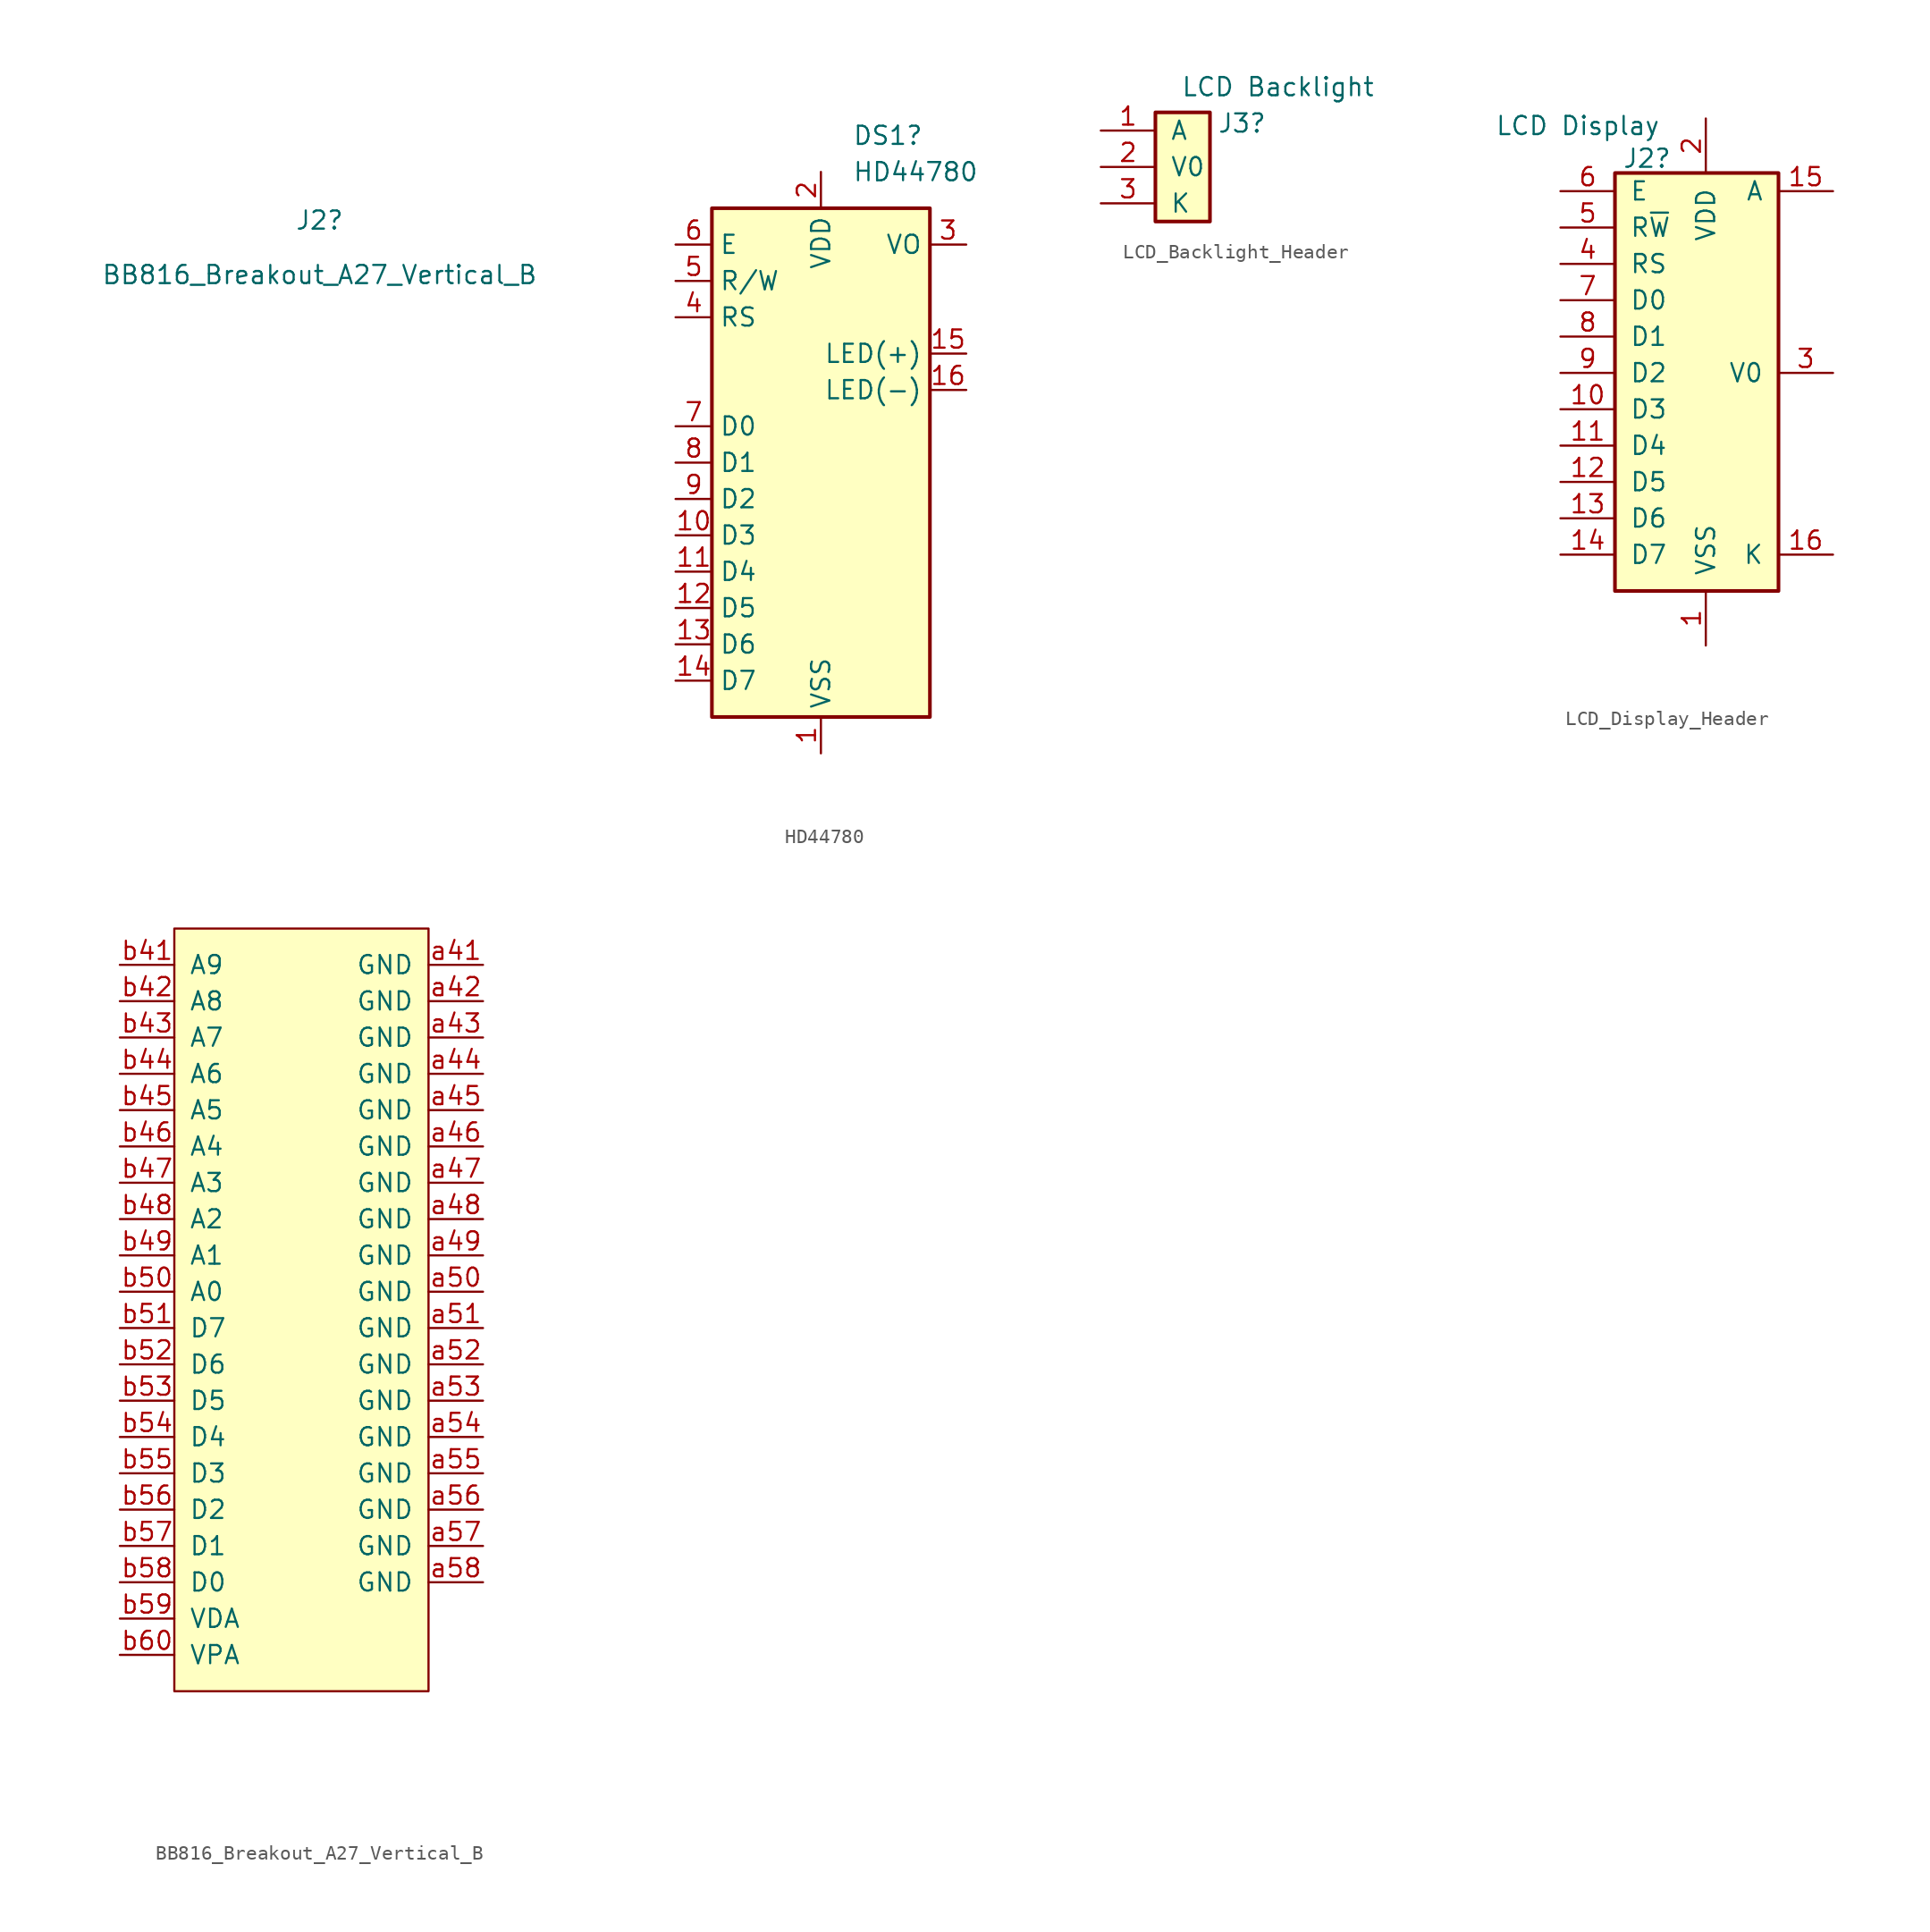
<source format=kicad_sym>
(kicad_symbol_lib
  (version 20231120)
  (generator "kicad_symbol_editor")
  (generator_version "8.0")
  (symbol "BB816_Breakout_A27_Vertical_B"
    (pin_names
      (offset 1.016))
    (property "Reference" "J2"
      (at 1.27 80.01 0)
      (effects (font (size 1.27 1.27))))
    (property "Value" "BB816_Breakout_A27_Vertical_B"
      (at 1.27 76.2 0)
      (effects (font (size 1.27 1.27))))
    (symbol "BB816_Breakout_A27_Vertical_B_1_1"
      (rectangle (start -8.89 30.48) (end 8.89 -22.86) (stroke (width 0) (type default)) (fill (type background)))
      (pin passive line (at 12.7 27.94 180) (length 3.81) (name "GND" (effects (font (size 1.27 1.27)))) (number "a41" (effects (font (size 1.27 1.27)))))
      (pin passive line (at 12.7 25.4 180) (length 3.81) (name "GND" (effects (font (size 1.27 1.27)))) (number "a42" (effects (font (size 1.27 1.27)))))
      (pin passive line (at 12.7 22.86 180) (length 3.81) (name "GND" (effects (font (size 1.27 1.27)))) (number "a43" (effects (font (size 1.27 1.27)))))
      (pin passive line (at 12.7 20.32 180) (length 3.81) (name "GND" (effects (font (size 1.27 1.27)))) (number "a44" (effects (font (size 1.27 1.27)))))
      (pin passive line (at 12.7 17.78 180) (length 3.81) (name "GND" (effects (font (size 1.27 1.27)))) (number "a45" (effects (font (size 1.27 1.27)))))
      (pin passive line (at 12.7 15.24 180) (length 3.81) (name "GND" (effects (font (size 1.27 1.27)))) (number "a46" (effects (font (size 1.27 1.27)))))
      (pin passive line (at 12.7 12.7 180) (length 3.81) (name "GND" (effects (font (size 1.27 1.27)))) (number "a47" (effects (font (size 1.27 1.27)))))
      (pin passive line (at 12.7 10.16 180) (length 3.81) (name "GND" (effects (font (size 1.27 1.27)))) (number "a48" (effects (font (size 1.27 1.27)))))
      (pin passive line (at 12.7 7.62 180) (length 3.81) (name "GND" (effects (font (size 1.27 1.27)))) (number "a49" (effects (font (size 1.27 1.27)))))
      (pin passive line (at 12.7 5.08 180) (length 3.81) (name "GND" (effects (font (size 1.27 1.27)))) (number "a50" (effects (font (size 1.27 1.27)))))
      (pin passive line (at 12.7 2.54 180) (length 3.81) (name "GND" (effects (font (size 1.27 1.27)))) (number "a51" (effects (font (size 1.27 1.27)))))
      (pin passive line (at 12.7 0 180) (length 3.81) (name "GND" (effects (font (size 1.27 1.27)))) (number "a52" (effects (font (size 1.27 1.27)))))
      (pin passive line (at 12.7 -2.54 180) (length 3.81) (name "GND" (effects (font (size 1.27 1.27)))) (number "a53" (effects (font (size 1.27 1.27)))))
      (pin passive line (at 12.7 -5.08 180) (length 3.81) (name "GND" (effects (font (size 1.27 1.27)))) (number "a54" (effects (font (size 1.27 1.27)))))
      (pin passive line (at 12.7 -7.62 180) (length 3.81) (name "GND" (effects (font (size 1.27 1.27)))) (number "a55" (effects (font (size 1.27 1.27)))))
      (pin passive line (at 12.7 -10.16 180) (length 3.81) (name "GND" (effects (font (size 1.27 1.27)))) (number "a56" (effects (font (size 1.27 1.27)))))
      (pin passive line (at 12.7 -12.7 180) (length 3.81) (name "GND" (effects (font (size 1.27 1.27)))) (number "a57" (effects (font (size 1.27 1.27)))))
      (pin passive line (at 12.7 -15.24 180) (length 3.81) (name "GND" (effects (font (size 1.27 1.27)))) (number "a58" (effects (font (size 1.27 1.27)))))
      (pin passive line (at -12.7 27.94 0) (length 3.81) (name "A9" (effects (font (size 1.27 1.27)))) (number "b41" (effects (font (size 1.27 1.27)))))
      (pin passive line (at -12.7 25.4 0) (length 3.81) (name "A8" (effects (font (size 1.27 1.27)))) (number "b42" (effects (font (size 1.27 1.27)))))
      (pin passive line (at -12.7 22.86 0) (length 3.81) (name "A7" (effects (font (size 1.27 1.27)))) (number "b43" (effects (font (size 1.27 1.27)))))
      (pin passive line (at -12.7 20.32 0) (length 3.81) (name "A6" (effects (font (size 1.27 1.27)))) (number "b44" (effects (font (size 1.27 1.27)))))
      (pin passive line (at -12.7 17.78 0) (length 3.81) (name "A5" (effects (font (size 1.27 1.27)))) (number "b45" (effects (font (size 1.27 1.27)))))
      (pin passive line (at -12.7 15.24 0) (length 3.81) (name "A4" (effects (font (size 1.27 1.27)))) (number "b46" (effects (font (size 1.27 1.27)))))
      (pin passive line (at -12.7 12.7 0) (length 3.81) (name "A3" (effects (font (size 1.27 1.27)))) (number "b47" (effects (font (size 1.27 1.27)))))
      (pin passive line (at -12.7 10.16 0) (length 3.81) (name "A2" (effects (font (size 1.27 1.27)))) (number "b48" (effects (font (size 1.27 1.27)))))
      (pin passive line (at -12.7 7.62 0) (length 3.81) (name "A1" (effects (font (size 1.27 1.27)))) (number "b49" (effects (font (size 1.27 1.27)))))
      (pin passive line (at -12.7 5.08 0) (length 3.81) (name "A0" (effects (font (size 1.27 1.27)))) (number "b50" (effects (font (size 1.27 1.27)))))
      (pin passive line (at -12.7 2.54 0) (length 3.81) (name "D7" (effects (font (size 1.27 1.27)))) (number "b51" (effects (font (size 1.27 1.27)))))
      (pin passive line (at -12.7 0 0) (length 3.81) (name "D6" (effects (font (size 1.27 1.27)))) (number "b52" (effects (font (size 1.27 1.27)))))
      (pin passive line (at -12.7 -2.54 0) (length 3.81) (name "D5" (effects (font (size 1.27 1.27)))) (number "b53" (effects (font (size 1.27 1.27)))))
      (pin passive line (at -12.7 -5.08 0) (length 3.81) (name "D4" (effects (font (size 1.27 1.27)))) (number "b54" (effects (font (size 1.27 1.27)))))
      (pin passive line (at -12.7 -7.62 0) (length 3.81) (name "D3" (effects (font (size 1.27 1.27)))) (number "b55" (effects (font (size 1.27 1.27)))))
      (pin passive line (at -12.7 -10.16 0) (length 3.81) (name "D2" (effects (font (size 1.27 1.27)))) (number "b56" (effects (font (size 1.27 1.27)))))
      (pin passive line (at -12.7 -12.7 0) (length 3.81) (name "D1" (effects (font (size 1.27 1.27)))) (number "b57" (effects (font (size 1.27 1.27)))))
      (pin passive line (at -12.7 -15.24 0) (length 3.81) (name "D0" (effects (font (size 1.27 1.27)))) (number "b58" (effects (font (size 1.27 1.27)))))
      (pin passive line (at -12.7 -17.78 0) (length 3.81) (name "VDA" (effects (font (size 1.27 1.27)))) (number "b59" (effects (font (size 1.27 1.27)))))
      (pin passive line (at -12.7 -20.32 0) (length 3.81) (name "VPA" (effects (font (size 1.27 1.27)))) (number "b60" (effects (font (size 1.27 1.27)))))))
  (symbol "HD44780"
    (property "Reference" "DS1"
      (at 2.194 22.86 0)
      (effects (font (size 1.27 1.27)) (justify left)))
    (property "Value" "HD44780"
      (at 2.194 20.32 0)
      (effects (font (size 1.27 1.27)) (justify left)))
    (symbol "HD44780_1_1"
      (rectangle (start -7.62 17.78) (end 7.62 -17.78) (stroke (width 0.254) (type default)) (fill (type background)))
      (pin power_in line (at 0 -20.32 90) (length 2.54) (name "VSS" (effects (font (size 1.27 1.27)))) (number "1" (effects (font (size 1.27 1.27)))))
      (pin input line (at -10.16 -5.08 0) (length 2.54) (name "D3" (effects (font (size 1.27 1.27)))) (number "10" (effects (font (size 1.27 1.27)))))
      (pin input line (at -10.16 -7.62 0) (length 2.54) (name "D4" (effects (font (size 1.27 1.27)))) (number "11" (effects (font (size 1.27 1.27)))))
      (pin input line (at -10.16 -10.16 0) (length 2.54) (name "D5" (effects (font (size 1.27 1.27)))) (number "12" (effects (font (size 1.27 1.27)))))
      (pin input line (at -10.16 -12.7 0) (length 2.54) (name "D6" (effects (font (size 1.27 1.27)))) (number "13" (effects (font (size 1.27 1.27)))))
      (pin input line (at -10.16 -15.24 0) (length 2.54) (name "D7" (effects (font (size 1.27 1.27)))) (number "14" (effects (font (size 1.27 1.27)))))
      (pin power_in line (at 10.16 7.62 180) (length 2.54) (name "LED(+)" (effects (font (size 1.27 1.27)))) (number "15" (effects (font (size 1.27 1.27)))))
      (pin power_in line (at 10.16 5.08 180) (length 2.54) (name "LED(-)" (effects (font (size 1.27 1.27)))) (number "16" (effects (font (size 1.27 1.27)))))
      (pin power_in line (at 0 20.32 270) (length 2.54) (name "VDD" (effects (font (size 1.27 1.27)))) (number "2" (effects (font (size 1.27 1.27)))))
      (pin input line (at 10.16 15.24 180) (length 2.54) (name "VO" (effects (font (size 1.27 1.27)))) (number "3" (effects (font (size 1.27 1.27)))))
      (pin input line (at -10.16 10.16 0) (length 2.54) (name "RS" (effects (font (size 1.27 1.27)))) (number "4" (effects (font (size 1.27 1.27)))))
      (pin input line (at -10.16 12.7 0) (length 2.54) (name "R/W" (effects (font (size 1.27 1.27)))) (number "5" (effects (font (size 1.27 1.27)))))
      (pin input line (at -10.16 15.24 0) (length 2.54) (name "E" (effects (font (size 1.27 1.27)))) (number "6" (effects (font (size 1.27 1.27)))))
      (pin input line (at -10.16 2.54 0) (length 2.54) (name "D0" (effects (font (size 1.27 1.27)))) (number "7" (effects (font (size 1.27 1.27)))))
      (pin input line (at -10.16 0 0) (length 2.54) (name "D1" (effects (font (size 1.27 1.27)))) (number "8" (effects (font (size 1.27 1.27)))))
      (pin input line (at -10.16 -2.54 0) (length 2.54) (name "D2" (effects (font (size 1.27 1.27)))) (number "9" (effects (font (size 1.27 1.27)))))))
  (symbol "LCD_Backlight_Header"
    (pin_names
      (offset 1.016))
    (property "Reference" "J3"
      (at 3.048 3.048 0)
      (effects (font (size 1.27 1.27)) (justify left)))
    (property "Value" "LCD Backlight"
      (at 0.508 5.588 0)
      (effects (font (size 1.27 1.27)) (justify left)))
    (symbol "LCD_Backlight_Header_1_1"
      (rectangle (start -1.27 3.81) (end 2.54 -3.81) (stroke (width 0.254) (type default)) (fill (type background)))
      (pin passive line (at -5.08 2.54 0) (length 3.81) (name "A" (effects (font (size 1.27 1.27)))) (number "1" (effects (font (size 1.27 1.27)))))
      (pin passive line (at -5.08 0 0) (length 3.81) (name "V0" (effects (font (size 1.27 1.27)))) (number "2" (effects (font (size 1.27 1.27)))))
      (pin passive line (at -5.08 -2.54 0) (length 3.81) (name "K" (effects (font (size 1.27 1.27)))) (number "3" (effects (font (size 1.27 1.27)))))))
  (symbol "LCD_Display_Header"
    (pin_names
      (offset 1.016))
    (property "Reference" "J2"
      (at -5.842 14.986 0)
      (effects (font (size 1.27 1.27)) (justify left)))
    (property "Value" "LCD Display"
      (at -14.732 17.272 0)
      (effects (font (size 1.27 1.27)) (justify left)))
    (symbol "LCD_Display_Header_1_1"
      (rectangle (start -6.35 13.97) (end 5.08 -15.24) (stroke (width 0.254) (type default)) (fill (type background)))
      (pin power_in line (at 0 -19.05 90) (length 3.81) (name "VSS" (effects (font (size 1.27 1.27)))) (number "1" (effects (font (size 1.27 1.27)))))
      (pin input line (at -10.16 -2.54 0) (length 3.81) (name "D3" (effects (font (size 1.27 1.27)))) (number "10" (effects (font (size 1.27 1.27)))))
      (pin input line (at -10.16 -5.08 0) (length 3.81) (name "D4" (effects (font (size 1.27 1.27)))) (number "11" (effects (font (size 1.27 1.27)))))
      (pin input line (at -10.16 -7.62 0) (length 3.81) (name "D5" (effects (font (size 1.27 1.27)))) (number "12" (effects (font (size 1.27 1.27)))))
      (pin input line (at -10.16 -10.16 0) (length 3.81) (name "D6" (effects (font (size 1.27 1.27)))) (number "13" (effects (font (size 1.27 1.27)))))
      (pin input line (at -10.16 -12.7 0) (length 3.81) (name "D7" (effects (font (size 1.27 1.27)))) (number "14" (effects (font (size 1.27 1.27)))))
      (pin power_in line (at 8.89 12.7 180) (length 3.81) (name "A" (effects (font (size 1.27 1.27)))) (number "15" (effects (font (size 1.27 1.27)))))
      (pin power_in line (at 8.89 -12.7 180) (length 3.81) (name "K" (effects (font (size 1.27 1.27)))) (number "16" (effects (font (size 1.27 1.27)))))
      (pin power_in line (at 0 17.78 270) (length 3.81) (name "VDD" (effects (font (size 1.27 1.27)))) (number "2" (effects (font (size 1.27 1.27)))))
      (pin power_in line (at 8.89 0 180) (length 3.81) (name "V0" (effects (font (size 1.27 1.27)))) (number "3" (effects (font (size 1.27 1.27)))))
      (pin input line (at -10.16 7.62 0) (length 3.81) (name "RS" (effects (font (size 1.27 1.27)))) (number "4" (effects (font (size 1.27 1.27)))))
      (pin input line (at -10.16 10.16 0) (length 3.81) (name "R~{W}" (effects (font (size 1.27 1.27)))) (number "5" (effects (font (size 1.27 1.27)))))
      (pin input line (at -10.16 12.7 0) (length 3.81) (name "E" (effects (font (size 1.27 1.27)))) (number "6" (effects (font (size 1.27 1.27)))))
      (pin input line (at -10.16 5.08 0) (length 3.81) (name "D0" (effects (font (size 1.27 1.27)))) (number "7" (effects (font (size 1.27 1.27)))))
      (pin input line (at -10.16 2.54 0) (length 3.81) (name "D1" (effects (font (size 1.27 1.27)))) (number "8" (effects (font (size 1.27 1.27)))))
      (pin input line (at -10.16 0 0) (length 3.81) (name "D2" (effects (font (size 1.27 1.27)))) (number "9" (effects (font (size 1.27 1.27))))))))
</source>
